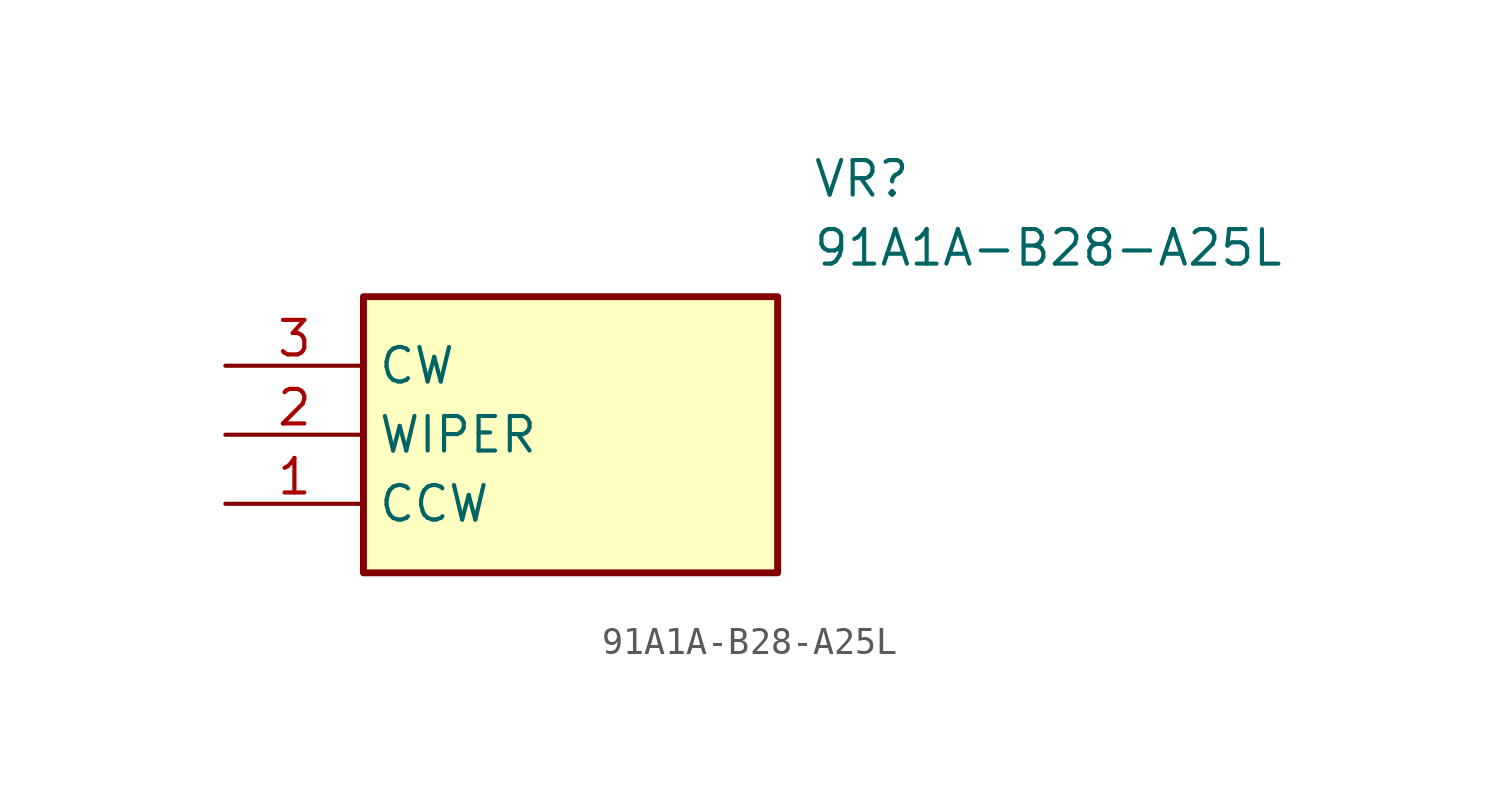
<source format=kicad_sym>
(kicad_symbol_lib
  (version 20211014)
  (generator SamacSys_ECAD_Model)
  (symbol "91A1A-B28-A25L"
    (property "Reference" "VR"
      (at 21.59 7.62 0)
      (effects (font (size 1.27 1.27)) (justify left top)))
    (property "Value" "91A1A-B28-A25L"
      (at 21.59 5.08 0)
      (effects (font (size 1.27 1.27)) (justify left top)))
    (rectangle
      (start 5.08 2.54)
      (end 20.32 -7.62)
      (stroke (width 0.254) (type default))
      (fill (type background)))
    (pin passive line
      (at 0 -5.08 0)
      (length 5.08)
      (name "CCW" (effects (font (size 1.27 1.27))))
      (number "1" (effects (font (size 1.27 1.27)))))
    (pin passive line
      (at 0 -2.54 0)
      (length 5.08)
      (name "WIPER" (effects (font (size 1.27 1.27))))
      (number "2" (effects (font (size 1.27 1.27)))))
    (pin passive line
      (at 0 0 0)
      (length 5.08)
      (name "CW" (effects (font (size 1.27 1.27))))
      (number "3" (effects (font (size 1.27 1.27)))))))
</source>
